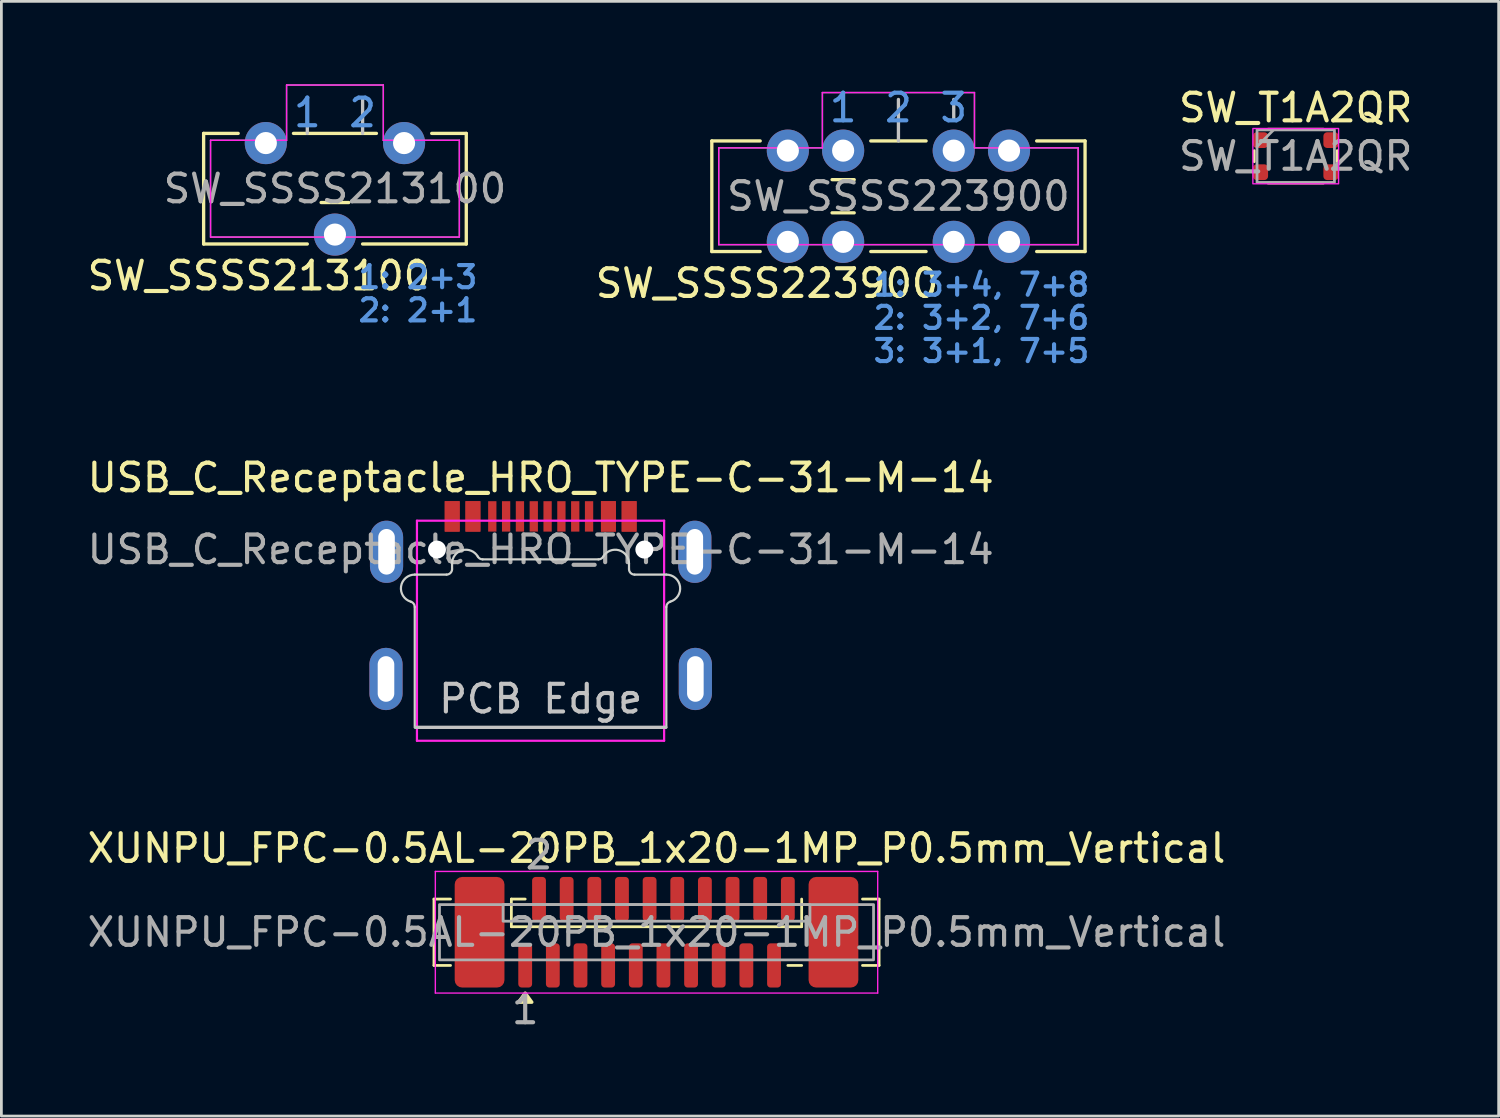
<source format=kicad_pcb>
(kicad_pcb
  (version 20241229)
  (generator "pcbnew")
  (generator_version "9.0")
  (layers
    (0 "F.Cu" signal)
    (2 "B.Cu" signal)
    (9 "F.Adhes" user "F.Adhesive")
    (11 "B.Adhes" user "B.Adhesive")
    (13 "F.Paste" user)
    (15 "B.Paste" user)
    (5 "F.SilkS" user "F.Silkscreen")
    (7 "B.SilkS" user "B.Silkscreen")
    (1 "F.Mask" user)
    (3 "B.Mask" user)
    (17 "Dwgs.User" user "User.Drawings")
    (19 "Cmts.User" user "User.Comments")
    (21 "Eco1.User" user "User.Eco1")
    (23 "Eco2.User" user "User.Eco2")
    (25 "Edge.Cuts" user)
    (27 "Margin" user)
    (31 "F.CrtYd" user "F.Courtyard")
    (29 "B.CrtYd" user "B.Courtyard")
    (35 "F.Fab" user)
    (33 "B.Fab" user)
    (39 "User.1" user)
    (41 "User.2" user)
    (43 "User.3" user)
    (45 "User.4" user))
  (footprint "USB_C_Receptacle_HRO_TYPE-C-31-M-14"
    (layer "F.Cu")
    (at 16.506 16.828)
    (property "Reference" "USB_C_Receptacle_HRO_TYPE-C-31-M-14" (at 0 -2.6 180) (layer "F.SilkS") (effects (font (size 1 1) (thickness 0.15))))
    (attr smd)
    (fp_line (start -4.525 6.43) (end 4.525 6.43) (stroke (width 0.12) (type solid)) (layer "Dwgs.User"))
    (fp_line (start -4.555 2.076) (end -4.555 6.435) (stroke (width 0.08) (type solid)) (layer "Edge.Cuts"))
    (fp_line (start -3.405 0.905) (end -4.555 0.905) (stroke (width 0.08) (type solid)) (layer "Edge.Cuts"))
    (fp_line (start -3.205 0.505) (end -3.205 0.705) (stroke (width 0.08) (type solid)) (layer "Edge.Cuts"))
    (fp_line (start -0.005 0.355) (end -2.099 0.355) (stroke (width 0.08) (type solid)) (layer "Edge.Cuts"))
    (fp_line (start -0.005 0.355) (end 2.089 0.355) (stroke (width 0.08) (type solid)) (layer "Edge.Cuts"))
    (fp_line (start 3.195 0.505) (end 3.195 0.705) (stroke (width 0.08) (type solid)) (layer "Edge.Cuts"))
    (fp_line (start 3.395 0.905) (end 4.545 0.905) (stroke (width 0.08) (type solid)) (layer "Edge.Cuts"))
    (fp_line (start 4.545 2.076) (end 4.545 6.435) (stroke (width 0.08) (type solid)) (layer "Edge.Cuts"))
    (fp_arc (start -4.697856 1.884157) (mid -5.04976 1.332815) (end -4.554999 0.905) (stroke (width 0.08) (type solid)) (layer "Edge.Cuts"))
    (fp_arc (start -4.697856 1.884158) (mid -4.594642 1.956298) (end -4.554999 2.075821) (stroke (width 0.08) (type solid)) (layer "Edge.Cuts"))
    (fp_arc (start -3.204999 0.505) (mid -2.834408 0.022037) (end -2.271986 0.255) (stroke (width 0.08) (type solid)) (layer "Edge.Cuts"))
    (fp_arc (start -3.204998 0.705) (mid -3.263577 0.846421) (end -3.404998 0.905) (stroke (width 0.08) (type solid)) (layer "Edge.Cuts"))
    (fp_arc (start -2.098781 0.355) (mid -2.198781 0.328205) (end -2.271986 0.255) (stroke (width 0.08) (type solid)) (layer "Edge.Cuts"))
    (fp_arc (start 2.261988 0.255) (mid 2.188783 0.328205) (end 2.088783 0.355) (stroke (width 0.08) (type solid)) (layer "Edge.Cuts"))
    (fp_arc (start 2.261988 0.255) (mid 2.824411 0.022037) (end 3.195001 0.505) (stroke (width 0.08) (type solid)) (layer "Edge.Cuts"))
    (fp_arc (start 3.395 0.904999) (mid 3.253579 0.846421) (end 3.195001 0.705) (stroke (width 0.08) (type solid)) (layer "Edge.Cuts"))
    (fp_arc (start 4.545001 0.904999) (mid 5.039764 1.332815) (end 4.687858 1.884158) (stroke (width 0.08) (type solid)) (layer "Edge.Cuts"))
    (fp_arc (start 4.545001 2.075821) (mid 4.584644 1.956298) (end 4.687858 1.884158) (stroke (width 0.08) (type solid)) (layer "Edge.Cuts"))
    (fp_line (start -4.475 -1.045) (end 4.465 -1.045) (stroke (width 0.08) (type solid)) (layer "F.CrtYd"))
    (fp_line (start -4.475 6.915) (end -4.475 -1.045) (stroke (width 0.08) (type solid)) (layer "F.CrtYd"))
    (fp_line (start 4.465 -1.045) (end 4.465 6.915) (stroke (width 0.08) (type solid)) (layer "F.CrtYd"))
    (fp_line (start 4.465 6.915) (end -4.475 6.915) (stroke (width 0.08) (type solid)) (layer "F.CrtYd"))
    (fp_text user "PCB Edge" (at 0 5.4 0) (layer "Dwgs.User") (effects (font (size 1 1) (thickness 0.15))))
    (fp_text user "${REFERENCE}" (at 0 0 0) (layer "F.Fab") (effects (font (size 1 1) (thickness 0.15))))
    (pad "" np_thru_hole circle (at -3.75 0) (size 0.65 0.65) (drill 0.65) (layers "*.Cu" "*.Mask"))
    (pad "" np_thru_hole circle (at 3.75 0) (size 0.65 0.65) (drill 0.65) (layers "*.Cu" "*.Mask"))
    (pad "A1" smd rect (at -3.2 -1.2 180) (size 0.54 1.1) (layers "F.Cu" "F.Mask" "F.Paste"))
    (pad "A4" smd rect (at -2.45 -1.2 180) (size 0.54 1.1) (layers "F.Cu" "F.Mask" "F.Paste"))
    (pad "A5" smd rect (at -1.25 -1.2 180) (size 0.3 1.1) (layers "F.Cu" "F.Mask" "F.Paste"))
    (pad "A6" smd rect (at -0.25 -1.2 180) (size 0.3 1.1) (layers "F.Cu" "F.Mask" "F.Paste"))
    (pad "A7" smd rect (at 0.25 -1.2 180) (size 0.3 1.1) (layers "F.Cu" "F.Mask" "F.Paste"))
    (pad "A8" smd rect (at 1.25 -1.2 180) (size 0.3 1.1) (layers "F.Cu" "F.Mask" "F.Paste"))
    (pad "A9" smd rect (at 2.45 -1.2 180) (size 0.54 1.1) (layers "F.Cu" "F.Mask" "F.Paste"))
    (pad "A12" smd rect (at 3.2 -1.2 180) (size 0.54 1.1) (layers "F.Cu" "F.Mask" "F.Paste"))
    (pad "B1" smd rect (at 3.2 -1.2 180) (size 0.54 1.1) (layers "F.Cu" "F.Mask" "F.Paste"))
    (pad "B4" smd rect (at 2.45 -1.2 180) (size 0.54 1.1) (layers "F.Cu" "F.Mask" "F.Paste"))
    (pad "B5" smd rect (at 1.75 -1.2 180) (size 0.3 1.1) (layers "F.Cu" "F.Mask" "F.Paste"))
    (pad "B6" smd rect (at 0.75 -1.2 180) (size 0.3 1.1) (layers "F.Cu" "F.Mask" "F.Paste"))
    (pad "B7" smd rect (at -0.75 -1.2 180) (size 0.3 1.1) (layers "F.Cu" "F.Mask" "F.Paste"))
    (pad "B8" smd rect (at -1.75 -1.2 180) (size 0.3 1.1) (layers "F.Cu" "F.Mask" "F.Paste"))
    (pad "B9" smd rect (at -2.45 -1.2 180) (size 0.54 1.1) (layers "F.Cu" "F.Mask" "F.Paste"))
    (pad "B12" smd rect (at -3.2 -1.2 180) (size 0.54 1.1) (layers "F.Cu" "F.Mask" "F.Paste"))
    (pad "S1" thru_hole oval (at -5.595 4.68 180) (size 1.2 2.25) (drill oval 0.6 1.65) (layers "*.Cu" "*.Mask"))
    (pad "S1" thru_hole oval (at -5.575 0.08 180) (size 1.2 2.25) (drill oval 0.6 1.65) (layers "*.Cu" "*.Mask"))
    (pad "S1" thru_hole oval (at 5.575 0.08 180) (size 1.2 2.25) (drill oval 0.6 1.65) (layers "*.Cu" "*.Mask"))
    (pad "S1" thru_hole oval (at 5.595 4.68 180) (size 1.2 2.25) (drill oval 0.6 1.65) (layers "*.Cu" "*.Mask")))
  (footprint "SW_SSSS213100"
    (layer "F.Cu")
    (at 9.065 3.775)
    (property "Reference" "SW_SSSS213100" (at -2.75 3.15 0) (unlocked yes) (layer "F.SilkS") (effects (font (size 1 1) (thickness 0.15))))
    (attr through_hole)
    (fp_line (start -4.75 -2) (end -4.75 2) (stroke (width 0.12) (type solid)) (layer "F.SilkS"))
    (fp_line (start -4.75 -2) (end -3.5 -2) (stroke (width 0.12) (type solid)) (layer "F.SilkS"))
    (fp_line (start -4.75 2) (end -1 2) (stroke (width 0.12) (type solid)) (layer "F.SilkS"))
    (fp_line (start -1.5 -2) (end 1.5 -2) (stroke (width 0.12) (type solid)) (layer "F.SilkS"))
    (fp_line (start -0.5 0.5) (end 0.5 0.5) (stroke (width 0.12) (type solid)) (layer "F.SilkS"))
    (fp_line (start 1 2) (end 4.75 2) (stroke (width 0.12) (type solid)) (layer "F.SilkS"))
    (fp_line (start 4.75 -2) (end 3.5 -2) (stroke (width 0.12) (type solid)) (layer "F.SilkS"))
    (fp_line (start 4.75 2) (end 4.75 -2) (stroke (width 0.12) (type solid)) (layer "F.SilkS"))
    (fp_line (start -1 -2) (end -1 -3.25) (stroke (width 0.12) (type solid)) (layer "Dwgs.User"))
    (fp_line (start 1 -2) (end 1 -3.25) (stroke (width 0.12) (type solid)) (layer "Dwgs.User"))
    (fp_line (start -4.5 -1.75) (end -1.75 -1.75) (stroke (width 0.05) (type solid)) (layer "F.CrtYd"))
    (fp_line (start -4.5 1.75) (end -4.5 -1.75) (stroke (width 0.05) (type solid)) (layer "F.CrtYd"))
    (fp_line (start -1.75 -3.75) (end -1.75 -1.75) (stroke (width 0.05) (type solid)) (layer "F.CrtYd"))
    (fp_line (start -1.75 -3.75) (end 1.75 -3.75) (stroke (width 0.05) (type solid)) (layer "F.CrtYd"))
    (fp_line (start 1.75 -3.75) (end 1.75 -1.75) (stroke (width 0.05) (type solid)) (layer "F.CrtYd"))
    (fp_line (start 1.75 -1.75) (end 4.5 -1.75) (stroke (width 0.05) (type solid)) (layer "F.CrtYd"))
    (fp_line (start 4.5 -1.75) (end 4.5 1.75) (stroke (width 0.05) (type solid)) (layer "F.CrtYd"))
    (fp_line (start 4.5 1.75) (end -4.5 1.75) (stroke (width 0.05) (type solid)) (layer "F.CrtYd"))
    (fp_line (start -4.5 -1.75) (end -1.75 -1.75) (stroke (width 0.05) (type solid)) (layer "F.Fab"))
    (fp_line (start -4.5 1.75) (end -4.5 -1.75) (stroke (width 0.05) (type solid)) (layer "F.Fab"))
    (fp_line (start -1.75 -3.75) (end -1.75 -1.75) (stroke (width 0.05) (type solid)) (layer "F.Fab"))
    (fp_line (start -1.75 -3.75) (end 1.75 -3.75) (stroke (width 0.05) (type solid)) (layer "F.Fab"))
    (fp_line (start 1.75 -3.75) (end 1.75 -1.75) (stroke (width 0.05) (type solid)) (layer "F.Fab"))
    (fp_line (start 1.75 -1.75) (end 4.5 -1.75) (stroke (width 0.05) (type solid)) (layer "F.Fab"))
    (fp_line (start 4.5 -1.75) (end 4.5 1.75) (stroke (width 0.05) (type solid)) (layer "F.Fab"))
    (fp_line (start 4.5 1.75) (end -4.5 1.75) (stroke (width 0.05) (type solid)) (layer "F.Fab"))
    (fp_text user "1" (at -1 -2.75 0) (unlocked yes) (layer "Cmts.User") (effects (font (size 1 1) (thickness 0.15))))
    (fp_text user "1: 2+3" (at 3 3.2 0) (unlocked yes) (layer "Cmts.User") (effects (font (size 0.8 0.8) (thickness 0.15))))
    (fp_text user "2" (at 1 -2.75 0) (unlocked yes) (layer "Cmts.User") (effects (font (size 1 1) (thickness 0.15))))
    (fp_text user "2: 2+1" (at 3 4.4 0) (unlocked yes) (layer "Cmts.User") (effects (font (size 0.8 0.8) (thickness 0.15))))
    (fp_text user "${REFERENCE}" (at 0 0 0) (layer "F.Fab") (effects (font (size 1 1) (thickness 0.15))))
    (pad "1" thru_hole circle (at 2.5 -1.65) (size 1.524 1.524) (drill 0.8) (layers "*.Cu" "B.Mask"))
    (pad "2" thru_hole circle (at 0 1.66) (size 1.524 1.524) (drill 0.8) (layers "*.Cu" "B.Mask"))
    (pad "3" thru_hole circle (at -2.5 -1.65) (size 1.524 1.524) (drill 0.8) (layers "*.Cu" "B.Mask")))
  (footprint "SW_T1A2QR"
    (layer "F.Cu")
    (at 43.816 2.598)
    (property "Reference" "SW_T1A2QR" (at 0 -1.75 0) (unlocked yes) (layer "F.SilkS") (effects (font (size 1 1) (thickness 0.15))))
    (attr smd)
    (fp_line (start -1.5 0.2) (end -1.5 -0.2) (stroke (width 0.1) (type default)) (layer "F.SilkS"))
    (fp_line (start -1 0.975) (end 1 0.975) (stroke (width 0.1) (type default)) (layer "F.SilkS"))
    (fp_line (start 1 -0.975) (end -1 -0.975) (stroke (width 0.1) (type default)) (layer "F.SilkS"))
    (fp_line (start 1.5 -0.2) (end 1.5 0.2) (stroke (width 0.1) (type default)) (layer "F.SilkS"))
    (fp_rect (start -1.55 -1) (end 1.55 1) (stroke (width 0.05) (type default)) (fill no) (layer "F.CrtYd"))
    (fp_line (start -1.4 -0.35) (end -0.8 -0.95) (stroke (width 0.1) (type default)) (layer "F.Fab"))
    (fp_rect (start -1.4 -0.95) (end 1.4 0.95) (stroke (width 0.1) (type default)) (fill no) (layer "F.Fab"))
    (fp_text user "${REFERENCE}" (at 0 0 0) (unlocked yes) (layer "F.Fab") (effects (font (size 1 1) (thickness 0.15))))
    (pad "1" smd roundrect (at -1.275 -0.58) (size 0.55 0.57) (layers "F.Cu" "F.Mask" "F.Paste") (roundrect_rratio 0.25))
    (pad "1" smd roundrect (at 1.275 -0.58) (size 0.55 0.57) (layers "F.Cu" "F.Mask" "F.Paste") (roundrect_rratio 0.25))
    (pad "2" smd roundrect (at -1.275 0.58) (size 0.55 0.57) (layers "F.Cu" "F.Mask" "F.Paste") (roundrect_rratio 0.25))
    (pad "2" smd roundrect (at 1.275 0.58) (size 0.55 0.57) (layers "F.Cu" "F.Mask" "F.Paste") (roundrect_rratio 0.25)))
  (footprint "XUNPU_FPC-0.5AL-20PB_1x20-1MP_P0.5mm_Vertical"
    (layer "F.Cu")
    (at 20.696 30.669)
    (property "Reference" "XUNPU_FPC-0.5AL-20PB_1x20-1MP_P0.5mm_Vertical" (at 0 -3.038 0) (layer "F.SilkS") (effects (font (size 1 1) (thickness 0.15))))
    (attr smd)
    (fp_line (start -8.05 -1.2) (end -8.05 1.2) (stroke (width 0.1) (type default)) (layer "F.SilkS"))
    (fp_line (start -8.05 1.2) (end -7.45 1.2) (stroke (width 0.1) (type default)) (layer "F.SilkS"))
    (fp_line (start -7.45 -1.2) (end -8.05 -1.2) (stroke (width 0.1) (type default)) (layer "F.SilkS"))
    (fp_line (start -5.25 -1.2) (end -4.75 -1.2) (stroke (width 0.1) (type default)) (layer "F.SilkS"))
    (fp_line (start -5.25 -0.2) (end -5.25 -1.2) (stroke (width 0.1) (type default)) (layer "F.SilkS"))
    (fp_line (start 5.25 -0.2) (end -5.25 -0.2) (stroke (width 0.1) (type default)) (layer "F.SilkS"))
    (fp_line (start 5.25 -0.2) (end 5.25 -1.2) (stroke (width 0.1) (type default)) (layer "F.SilkS"))
    (fp_line (start 5.25 1.2) (end 4.75 1.2) (stroke (width 0.1) (type default)) (layer "F.SilkS"))
    (fp_line (start 7.45 -1.2) (end 8.05 -1.2) (stroke (width 0.1) (type default)) (layer "F.SilkS"))
    (fp_line (start 8.05 -1.2) (end 8.05 1.2) (stroke (width 0.1) (type default)) (layer "F.SilkS"))
    (fp_line (start 8.05 1.2) (end 7.45 1.2) (stroke (width 0.1) (type default)) (layer "F.SilkS"))
    (fp_poly (pts (xy -4.75 2.2) (xy -4.51 2.53) (xy -4.99 2.53) (xy -4.75 2.2)) (stroke (width 0.12) (type solid)) (fill yes) (layer "F.SilkS"))
    (fp_line (start -8 -2.2) (end -8 2.2) (stroke (width 0.05) (type solid)) (layer "F.CrtYd"))
    (fp_line (start -8 2.2) (end 8 2.2) (stroke (width 0.05) (type solid)) (layer "F.CrtYd"))
    (fp_line (start 8 -2.2) (end -8 -2.2) (stroke (width 0.05) (type solid)) (layer "F.CrtYd"))
    (fp_line (start 8 2.2) (end 8 -2.2) (stroke (width 0.05) (type solid)) (layer "F.CrtYd"))
    (fp_rect (start -7.85 -1) (end 7.85 1) (stroke (width 0.1) (type default)) (fill no) (layer "F.Fab"))
    (fp_rect (start -5.55 -1) (end 5.55 -0.4) (stroke (width 0.1) (type default)) (fill no) (layer "F.Fab"))
    (fp_text user "2" (at -4.25 -2.8 180) (layer "F.Fab") (effects (font (size 1 1) (thickness 0.15))))
    (fp_text user "1" (at -4.75 2.8 0) (layer "F.Fab") (effects (font (size 1 1) (thickness 0.15))))
    (fp_text user "${REFERENCE}" (at 0 0 0) (layer "F.Fab") (effects (font (size 1 1) (thickness 0.15))))
    (pad "1" smd roundrect (at -4.75 1.2) (size 0.5 1.6) (layers "F.Cu" "F.Mask" "F.Paste") (roundrect_rratio 0.25))
    (pad "2" smd roundrect (at -4.25 -1.2) (size 0.5 1.6) (layers "F.Cu" "F.Mask" "F.Paste") (roundrect_rratio 0.25))
    (pad "3" smd roundrect (at -3.75 1.2) (size 0.5 1.6) (layers "F.Cu" "F.Mask" "F.Paste") (roundrect_rratio 0.25))
    (pad "4" smd roundrect (at -3.25 -1.2) (size 0.5 1.6) (layers "F.Cu" "F.Mask" "F.Paste") (roundrect_rratio 0.25))
    (pad "5" smd roundrect (at -2.75 1.2) (size 0.5 1.6) (layers "F.Cu" "F.Mask" "F.Paste") (roundrect_rratio 0.25))
    (pad "6" smd roundrect (at -2.25 -1.2) (size 0.5 1.6) (layers "F.Cu" "F.Mask" "F.Paste") (roundrect_rratio 0.25))
    (pad "7" smd roundrect (at -1.75 1.2) (size 0.5 1.6) (layers "F.Cu" "F.Mask" "F.Paste") (roundrect_rratio 0.25))
    (pad "8" smd roundrect (at -1.25 -1.2) (size 0.5 1.6) (layers "F.Cu" "F.Mask" "F.Paste") (roundrect_rratio 0.25))
    (pad "9" smd roundrect (at -0.75 1.2) (size 0.5 1.6) (layers "F.Cu" "F.Mask" "F.Paste") (roundrect_rratio 0.25))
    (pad "10" smd roundrect (at -0.25 -1.2) (size 0.5 1.6) (layers "F.Cu" "F.Mask" "F.Paste") (roundrect_rratio 0.25))
    (pad "11" smd roundrect (at 0.25 1.2) (size 0.5 1.6) (layers "F.Cu" "F.Mask" "F.Paste") (roundrect_rratio 0.25))
    (pad "12" smd roundrect (at 0.75 -1.2) (size 0.5 1.6) (layers "F.Cu" "F.Mask" "F.Paste") (roundrect_rratio 0.25))
    (pad "13" smd roundrect (at 1.25 1.2) (size 0.5 1.6) (layers "F.Cu" "F.Mask" "F.Paste") (roundrect_rratio 0.25))
    (pad "14" smd roundrect (at 1.75 -1.2) (size 0.5 1.6) (layers "F.Cu" "F.Mask" "F.Paste") (roundrect_rratio 0.25))
    (pad "15" smd roundrect (at 2.25 1.2) (size 0.5 1.6) (layers "F.Cu" "F.Mask" "F.Paste") (roundrect_rratio 0.25))
    (pad "16" smd roundrect (at 2.75 -1.2) (size 0.5 1.6) (layers "F.Cu" "F.Mask" "F.Paste") (roundrect_rratio 0.25))
    (pad "17" smd roundrect (at 3.25 1.2) (size 0.5 1.6) (layers "F.Cu" "F.Mask" "F.Paste") (roundrect_rratio 0.25))
    (pad "18" smd roundrect (at 3.75 -1.2) (size 0.5 1.6) (layers "F.Cu" "F.Mask" "F.Paste") (roundrect_rratio 0.25))
    (pad "19" smd roundrect (at 4.25 1.2) (size 0.5 1.6) (layers "F.Cu" "F.Mask" "F.Paste") (roundrect_rratio 0.25))
    (pad "20" smd roundrect (at 4.75 -1.2) (size 0.5 1.6) (layers "F.Cu" "F.Mask" "F.Paste") (roundrect_rratio 0.25))
    (pad "MP" smd roundrect (at -6.4 0) (size 1.8 4) (layers "F.Cu" "F.Mask" "F.Paste") (roundrect_rratio 0.15))
    (pad "MP" smd roundrect (at 6.4 0) (size 1.8 4) (layers "F.Cu" "F.Mask" "F.Paste") (roundrect_rratio 0.15)))
  (footprint "SW_SSSS223900"
    (layer "F.Cu")
    (at 29.446 4.048)
    (property "Reference" "SW_SSSS223900" (at -4.75 3.15 0) (unlocked yes) (layer "F.SilkS") (effects (font (size 1 1) (thickness 0.15))))
    (attr through_hole)
    (fp_line (start -6.75 -2) (end -6.75 2) (stroke (width 0.12) (type solid)) (layer "F.SilkS"))
    (fp_line (start -6.75 -2) (end -5 -2) (stroke (width 0.12) (type solid)) (layer "F.SilkS"))
    (fp_line (start -6.75 2) (end -5 2) (stroke (width 0.12) (type solid)) (layer "F.SilkS"))
    (fp_line (start -1.6 -0.6) (end -2.4 -0.6) (stroke (width 0.12) (type solid)) (layer "F.SilkS"))
    (fp_line (start -1.6 0.6) (end -2.4 0.6) (stroke (width 0.12) (type solid)) (layer "F.SilkS"))
    (fp_line (start -1 -2) (end 1 -2) (stroke (width 0.12) (type solid)) (layer "F.SilkS"))
    (fp_line (start -1 2) (end 1 2) (stroke (width 0.12) (type solid)) (layer "F.SilkS"))
    (fp_line (start 5 2) (end 6.75 2) (stroke (width 0.12) (type solid)) (layer "F.SilkS"))
    (fp_line (start 6.75 -2) (end 5 -2) (stroke (width 0.12) (type solid)) (layer "F.SilkS"))
    (fp_line (start 6.75 2) (end 6.75 -2) (stroke (width 0.12) (type solid)) (layer "F.SilkS"))
    (fp_line (start -2 -2.75) (end -2 -3.5) (stroke (width 0.12) (type solid)) (layer "Dwgs.User"))
    (fp_line (start 0 -2) (end 0 -3.5) (stroke (width 0.12) (type solid)) (layer "Dwgs.User"))
    (fp_line (start 2 -2.75) (end 2 -3.5) (stroke (width 0.12) (type solid)) (layer "Dwgs.User"))
    (fp_line (start -6.5 -1.75) (end -2.75 -1.75) (stroke (width 0.05) (type solid)) (layer "F.CrtYd"))
    (fp_line (start -6.5 1.75) (end -6.5 -1.75) (stroke (width 0.05) (type solid)) (layer "F.CrtYd"))
    (fp_line (start -2.75 -3.75) (end -2.75 -1.75) (stroke (width 0.05) (type solid)) (layer "F.CrtYd"))
    (fp_line (start -2.75 -3.75) (end 2.75 -3.75) (stroke (width 0.05) (type solid)) (layer "F.CrtYd"))
    (fp_line (start 2.75 -3.75) (end 2.75 -1.75) (stroke (width 0.05) (type solid)) (layer "F.CrtYd"))
    (fp_line (start 2.75 -1.75) (end 6.5 -1.75) (stroke (width 0.05) (type solid)) (layer "F.CrtYd"))
    (fp_line (start 6.5 -1.75) (end 6.5 1.75) (stroke (width 0.05) (type solid)) (layer "F.CrtYd"))
    (fp_line (start 6.5 1.75) (end -6.5 1.75) (stroke (width 0.05) (type solid)) (layer "F.CrtYd"))
    (fp_line (start -6.5 -1.75) (end -2.75 -1.75) (stroke (width 0.05) (type solid)) (layer "F.Fab"))
    (fp_line (start -6.5 1.75) (end -6.5 -1.75) (stroke (width 0.05) (type solid)) (layer "F.Fab"))
    (fp_line (start -2.75 -3.75) (end -2.75 -1.75) (stroke (width 0.05) (type solid)) (layer "F.Fab"))
    (fp_line (start -2.75 -3.75) (end 2.75 -3.75) (stroke (width 0.05) (type solid)) (layer "F.Fab"))
    (fp_line (start 2.75 -3.75) (end 2.75 -1.75) (stroke (width 0.05) (type solid)) (layer "F.Fab"))
    (fp_line (start 2.75 -1.75) (end 6.5 -1.75) (stroke (width 0.05) (type solid)) (layer "F.Fab"))
    (fp_line (start 6.5 -1.75) (end 6.5 1.75) (stroke (width 0.05) (type solid)) (layer "F.Fab"))
    (fp_line (start 6.5 1.75) (end -6.5 1.75) (stroke (width 0.05) (type solid)) (layer "F.Fab"))
    (fp_text user "1" (at -2 -3.2 0) (unlocked yes) (layer "Cmts.User") (effects (font (size 1 1) (thickness 0.15))))
    (fp_text user "2: 3+2, 7+6" (at 3 4.4 0) (unlocked yes) (layer "Cmts.User") (effects (font (size 0.8 0.8) (thickness 0.15))))
    (fp_text user "1: 3+4, 7+8" (at 3 3.2 0) (unlocked yes) (layer "Cmts.User") (effects (font (size 0.8 0.8) (thickness 0.15))))
    (fp_text user "2" (at 0 -3.2 0) (unlocked yes) (layer "Cmts.User") (effects (font (size 1 1) (thickness 0.15))))
    (fp_text user "3" (at 2 -3.2 0) (unlocked yes) (layer "Cmts.User") (effects (font (size 1 1) (thickness 0.15))))
    (fp_text user "3: 3+1, 7+5" (at 3 5.6 0) (unlocked yes) (layer "Cmts.User") (effects (font (size 0.8 0.8) (thickness 0.15))))
    (fp_text user "${REFERENCE}" (at 0 0 0) (layer "F.Fab") (effects (font (size 1 1) (thickness 0.15))))
    (pad "1" thru_hole circle (at 4 -1.65) (size 1.524 1.524) (drill 0.8) (layers "*.Cu" "B.Mask"))
    (pad "2" thru_hole circle (at 2 -1.65) (size 1.524 1.524) (drill 0.8) (layers "*.Cu" "B.Mask"))
    (pad "3" thru_hole circle (at -2 -1.65) (size 1.524 1.524) (drill 0.8) (layers "*.Cu" "B.Mask"))
    (pad "4" thru_hole circle (at -4 -1.65) (size 1.524 1.524) (drill 0.8) (layers "*.Cu" "B.Mask"))
    (pad "5" thru_hole circle (at 4 1.65) (size 1.524 1.524) (drill 0.8) (layers "*.Cu" "B.Mask"))
    (pad "6" thru_hole circle (at 2 1.65) (size 1.524 1.524) (drill 0.8) (layers "*.Cu" "B.Mask"))
    (pad "7" thru_hole circle (at -2 1.65) (size 1.524 1.524) (drill 0.8) (layers "*.Cu" "B.Mask"))
    (pad "8" thru_hole circle (at -4 1.65) (size 1.524 1.524) (drill 0.8) (layers "*.Cu" "B.Mask")))
  (gr_rect
    (start -3 -3)
    (end 51.156 37.317)
    (stroke (width 0.1) (type default))
    (fill no)
    (layer "Edge.Cuts")))
</source>
